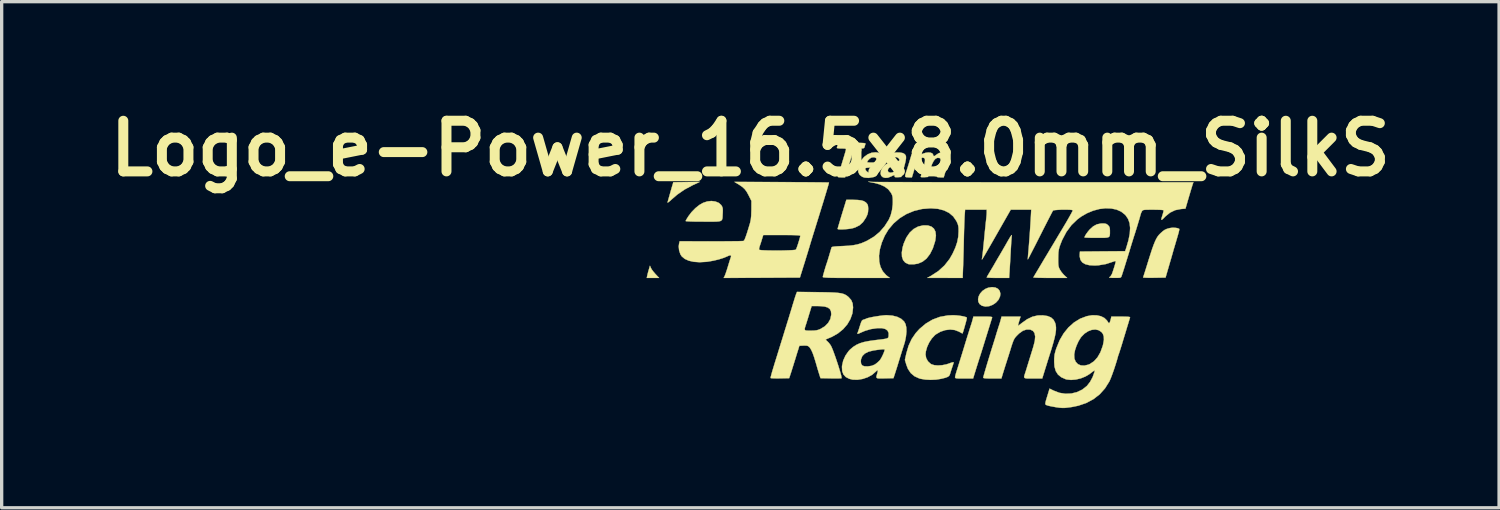
<source format=kicad_pcb>
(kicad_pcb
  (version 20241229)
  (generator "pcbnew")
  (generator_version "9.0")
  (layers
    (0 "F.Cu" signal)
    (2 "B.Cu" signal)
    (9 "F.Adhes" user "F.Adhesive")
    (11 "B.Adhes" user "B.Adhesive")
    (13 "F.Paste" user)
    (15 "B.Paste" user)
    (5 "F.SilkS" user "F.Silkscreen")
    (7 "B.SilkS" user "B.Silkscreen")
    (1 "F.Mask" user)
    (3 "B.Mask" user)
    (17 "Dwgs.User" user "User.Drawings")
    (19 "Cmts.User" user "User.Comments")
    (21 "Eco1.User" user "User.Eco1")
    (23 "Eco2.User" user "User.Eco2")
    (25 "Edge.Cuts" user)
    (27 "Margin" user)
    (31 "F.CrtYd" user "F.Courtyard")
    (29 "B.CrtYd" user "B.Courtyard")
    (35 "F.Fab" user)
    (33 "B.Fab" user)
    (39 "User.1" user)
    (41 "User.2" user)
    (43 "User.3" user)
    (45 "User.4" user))
  (footprint "Logo_e-Power_16.5x8.0mm_SilkS"
    (layer "F.Cu")
    (at 24.609 5.228)
    (property "Reference" "Logo_e-Power_16.5x8.0mm_SilkS" (at -5.08 -3.81 0) (layer "F.SilkS") (effects (font (size 1.524 1.524) (thickness 0.3))))
    (attr exclude_from_pos_files exclude_from_bom)
    (fp_poly (pts (xy -8.073 -0.215) (xy -8.045 -0.166) (xy -7.996 -0.101) (xy -7.938 -0.034) (xy -7.935 -0.031) (xy -7.826 0.085) (xy -8.197 0.085) (xy -8.184 0.02) (xy -8.171 -0.036) (xy -8.151 -0.113) (xy -8.136 -0.163) (xy -8.102 -0.282) (xy -8.073 -0.215)) (stroke (width 0.01) (type solid)) (fill yes) (layer "F.SilkS"))
    (fp_poly (pts (xy -6.817 -2.705) (xy -7.062 -2.574) (xy -7.281 -2.422) (xy -7.449 -2.277) (xy -7.514 -2.218) (xy -7.556 -2.187) (xy -7.573 -2.184) (xy -7.572 -2.191) (xy -7.561 -2.229) (xy -7.542 -2.297) (xy -7.518 -2.382) (xy -7.506 -2.424) (xy -7.479 -2.52) (xy -7.452 -2.613) (xy -7.431 -2.686) (xy -7.425 -2.704) (xy -7.398 -2.795) (xy -7.001 -2.8) (xy -6.603 -2.805) (xy -6.817 -2.705)) (stroke (width 0.01) (type solid)) (fill yes) (layer "F.SilkS"))
    (fp_poly (pts (xy 2.293 0.374) (xy 2.371 0.413) (xy 2.422 0.476) (xy 2.443 0.559) (xy 2.432 0.643) (xy 2.385 0.744) (xy 2.308 0.829) (xy 2.212 0.894) (xy 2.104 0.935) (xy 1.994 0.946) (xy 1.892 0.923) (xy 1.888 0.922) (xy 1.818 0.871) (xy 1.78 0.803) (xy 1.772 0.722) (xy 1.791 0.637) (xy 1.835 0.553) (xy 1.902 0.477) (xy 1.99 0.416) (xy 2.076 0.38) (xy 2.193 0.362) (xy 2.293 0.374)) (stroke (width 0.01) (type solid)) (fill yes) (layer "F.SilkS"))
    (fp_poly (pts (xy 0.261 -1.494) (xy 0.367 -1.46) (xy 0.443 -1.398) (xy 0.489 -1.307) (xy 0.503 -1.19) (xy 0.485 -1.046) (xy 0.478 -1.015) (xy 0.411 -0.806) (xy 0.325 -0.635) (xy 0.222 -0.5) (xy 0.101 -0.404) (xy -0.037 -0.345) (xy -0.158 -0.326) (xy -0.234 -0.325) (xy -0.298 -0.327) (xy -0.328 -0.332) (xy -0.42 -0.377) (xy -0.484 -0.452) (xy -0.518 -0.554) (xy -0.523 -0.683) (xy -0.499 -0.834) (xy -0.463 -0.956) (xy -0.385 -1.133) (xy -0.286 -1.277) (xy -0.168 -1.387) (xy -0.032 -1.461) (xy 0.118 -1.496) (xy 0.125 -1.496) (xy 0.261 -1.494)) (stroke (width 0.01) (type solid)) (fill yes) (layer "F.SilkS"))
    (fp_poly (pts (xy 5.584 -1.552) (xy 5.633 -1.539) (xy 5.672 -1.512) (xy 5.685 -1.5) (xy 5.718 -1.46) (xy 5.734 -1.416) (xy 5.739 -1.352) (xy 5.739 -1.323) (xy 5.739 -1.253) (xy 5.735 -1.201) (xy 5.724 -1.165) (xy 5.698 -1.142) (xy 5.652 -1.129) (xy 5.581 -1.123) (xy 5.478 -1.122) (xy 5.343 -1.122) (xy 5.223 -1.122) (xy 5.12 -1.124) (xy 5.04 -1.127) (xy 4.989 -1.13) (xy 4.974 -1.133) (xy 4.987 -1.173) (xy 5.022 -1.232) (xy 5.071 -1.3) (xy 5.126 -1.367) (xy 5.128 -1.369) (xy 5.236 -1.467) (xy 5.346 -1.527) (xy 5.466 -1.552) (xy 5.508 -1.554) (xy 5.584 -1.552)) (stroke (width 0.01) (type solid)) (fill yes) (layer "F.SilkS"))
    (fp_poly (pts (xy -1.99 -2.265) (xy -1.852 -2.261) (xy -1.748 -2.249) (xy -1.67 -2.227) (xy -1.612 -2.192) (xy -1.586 -2.168) (xy -1.556 -2.129) (xy -1.541 -2.083) (xy -1.535 -2.016) (xy -1.535 -1.983) (xy -1.54 -1.898) (xy -1.557 -1.827) (xy -1.593 -1.747) (xy -1.608 -1.719) (xy -1.693 -1.592) (xy -1.795 -1.499) (xy -1.924 -1.435) (xy -1.986 -1.415) (xy -2.055 -1.4) (xy -2.139 -1.388) (xy -2.23 -1.38) (xy -2.316 -1.375) (xy -2.389 -1.375) (xy -2.439 -1.38) (xy -2.455 -1.39) (xy -2.449 -1.413) (xy -2.433 -1.471) (xy -2.407 -1.557) (xy -2.375 -1.665) (xy -2.338 -1.789) (xy -2.324 -1.834) (xy -2.192 -2.265) (xy -1.99 -2.265)) (stroke (width 0.01) (type solid)) (fill yes) (layer "F.SilkS"))
    (fp_poly (pts (xy -6.135 -2.215) (xy -6.034 -2.175) (xy -5.959 -2.109) (xy -5.947 -2.091) (xy -5.924 -2.049) (xy -5.912 -2.004) (xy -5.909 -1.943) (xy -5.912 -1.854) (xy -5.913 -1.852) (xy -5.916 -1.779) (xy -5.919 -1.722) (xy -5.928 -1.679) (xy -5.946 -1.649) (xy -5.979 -1.628) (xy -6.031 -1.616) (xy -6.107 -1.61) (xy -6.212 -1.608) (xy -6.351 -1.608) (xy -6.49 -1.609) (xy -6.636 -1.609) (xy -6.766 -1.611) (xy -6.877 -1.614) (xy -6.96 -1.618) (xy -7.012 -1.622) (xy -7.027 -1.627) (xy -7.017 -1.652) (xy -6.988 -1.702) (xy -6.948 -1.766) (xy -6.946 -1.769) (xy -6.85 -1.896) (xy -6.735 -2.014) (xy -6.614 -2.111) (xy -6.504 -2.174) (xy -6.378 -2.216) (xy -6.252 -2.23) (xy -6.135 -2.215)) (stroke (width 0.01) (type solid)) (fill yes) (layer "F.SilkS"))
    (fp_poly (pts (xy 2.787 -1.197) (xy 2.787 -1.196) (xy 2.783 -1.156) (xy 2.777 -1.081) (xy 2.769 -0.979) (xy 2.762 -0.857) (xy 2.754 -0.723) (xy 2.753 -0.699) (xy 2.745 -0.553) (xy 2.737 -0.41) (xy 2.729 -0.279) (xy 2.722 -0.169) (xy 2.718 -0.091) (xy 2.717 -0.09) (xy 2.706 0.085) (xy 2.369 0.085) (xy 2.255 0.084) (xy 2.157 0.082) (xy 2.083 0.078) (xy 2.04 0.074) (xy 2.032 0.071) (xy 2.042 0.047) (xy 2.069 -0.001) (xy 2.099 -0.051) (xy 2.251 -0.308) (xy 2.274 -0.349) (xy 2.294 -0.384) (xy 2.33 -0.446) (xy 2.377 -0.526) (xy 2.417 -0.593) (xy 2.478 -0.698) (xy 2.55 -0.822) (xy 2.622 -0.947) (xy 2.667 -1.027) (xy 2.721 -1.119) (xy 2.76 -1.179) (xy 2.782 -1.206) (xy 2.787 -1.197)) (stroke (width 0.01) (type solid)) (fill yes) (layer "F.SilkS"))
    (fp_poly (pts (xy 7.695 -1.424) (xy 7.768 -1.414) (xy 7.818 -1.395) (xy 7.825 -1.39) (xy 7.827 -1.376) (xy 7.821 -1.343) (xy 7.808 -1.286) (xy 7.784 -1.201) (xy 7.75 -1.084) (xy 7.705 -0.931) (xy 7.678 -0.84) (xy 7.65 -0.746) (xy 7.634 -0.688) (xy 7.62 -0.638) (xy 7.602 -0.576) (xy 7.579 -0.496) (xy 7.549 -0.394) (xy 7.511 -0.263) (xy 7.463 -0.098) (xy 7.45 -0.053) (xy 7.413 0.074) (xy 7.071 0.08) (xy 6.956 0.081) (xy 6.86 0.08) (xy 6.787 0.077) (xy 6.745 0.073) (xy 6.737 0.069) (xy 6.746 0.045) (xy 6.765 -0.013) (xy 6.793 -0.101) (xy 6.828 -0.212) (xy 6.868 -0.341) (xy 6.9 -0.445) (xy 6.961 -0.637) (xy 7.012 -0.794) (xy 7.058 -0.92) (xy 7.099 -1.02) (xy 7.138 -1.1) (xy 7.177 -1.164) (xy 7.219 -1.216) (xy 7.266 -1.263) (xy 7.336 -1.325) (xy 7.393 -1.364) (xy 7.453 -1.391) (xy 7.532 -1.413) (xy 7.54 -1.415) (xy 7.614 -1.425) (xy 7.695 -1.424)) (stroke (width 0.01) (type solid)) (fill yes) (layer "F.SilkS"))
    (fp_poly (pts (xy -1.875 -3.979) (xy -1.769 -3.978) (xy -1.696 -3.975) (xy -1.649 -3.971) (xy -1.624 -3.964) (xy -1.616 -3.955) (xy -1.617 -3.946) (xy -1.633 -3.898) (xy -1.643 -3.861) (xy -1.653 -3.834) (xy -1.672 -3.819) (xy -1.711 -3.812) (xy -1.78 -3.81) (xy -1.803 -3.81) (xy -1.852 -3.811) (xy -1.891 -3.81) (xy -1.921 -3.803) (xy -1.947 -3.784) (xy -1.97 -3.751) (xy -1.994 -3.697) (xy -2.022 -3.619) (xy -2.055 -3.511) (xy -2.098 -3.37) (xy -2.117 -3.307) (xy -2.229 -2.942) (xy -2.345 -2.942) (xy -2.41 -2.944) (xy -2.442 -2.951) (xy -2.449 -2.966) (xy -2.445 -2.979) (xy -2.433 -3.016) (xy -2.411 -3.084) (xy -2.382 -3.176) (xy -2.349 -3.283) (xy -2.315 -3.396) (xy -2.281 -3.507) (xy -2.251 -3.608) (xy -2.226 -3.691) (xy -2.211 -3.746) (xy -2.206 -3.762) (xy -2.204 -3.788) (xy -2.215 -3.802) (xy -2.248 -3.808) (xy -2.313 -3.81) (xy -2.336 -3.81) (xy -2.407 -3.812) (xy -2.458 -3.819) (xy -2.477 -3.828) (xy -2.47 -3.859) (xy -2.454 -3.909) (xy -2.453 -3.913) (xy -2.43 -3.979) (xy -2.017 -3.979) (xy -1.875 -3.979)) (stroke (width 0.01) (type solid)) (fill yes) (layer "F.SilkS"))
    (fp_poly (pts (xy 2.033 1.249) (xy 2.112 1.251) (xy 2.161 1.255) (xy 2.186 1.262) (xy 2.195 1.273) (xy 2.193 1.286) (xy 2.162 1.383) (xy 2.123 1.509) (xy 2.078 1.653) (xy 2.032 1.802) (xy 1.987 1.946) (xy 1.948 2.073) (xy 1.944 2.085) (xy 1.91 2.195) (xy 1.878 2.298) (xy 1.851 2.383) (xy 1.833 2.44) (xy 1.831 2.445) (xy 1.814 2.496) (xy 1.788 2.578) (xy 1.756 2.679) (xy 1.721 2.791) (xy 1.712 2.82) (xy 1.622 3.111) (xy 1.351 3.111) (xy 1.239 3.111) (xy 1.163 3.109) (xy 1.116 3.105) (xy 1.091 3.097) (xy 1.081 3.084) (xy 1.079 3.072) (xy 1.086 3.033) (xy 1.103 2.967) (xy 1.127 2.888) (xy 1.131 2.876) (xy 1.151 2.813) (xy 1.181 2.718) (xy 1.219 2.596) (xy 1.263 2.455) (xy 1.31 2.303) (xy 1.354 2.159) (xy 1.4 2.008) (xy 1.444 1.865) (xy 1.484 1.739) (xy 1.516 1.634) (xy 1.541 1.557) (xy 1.555 1.514) (xy 1.555 1.513) (xy 1.581 1.434) (xy 1.605 1.35) (xy 1.608 1.339) (xy 1.631 1.249) (xy 1.918 1.249) (xy 2.033 1.249)) (stroke (width 0.01) (type solid)) (fill yes) (layer "F.SilkS"))
    (fp_poly (pts (xy -1.226 -3.683) (xy -1.147 -3.648) (xy -1.1 -3.592) (xy -1.083 -3.511) (xy -1.085 -3.441) (xy -1.095 -3.357) (xy -1.11 -3.301) (xy -1.137 -3.266) (xy -1.183 -3.247) (xy -1.256 -3.24) (xy -1.363 -3.239) (xy -1.375 -3.239) (xy -1.471 -3.237) (xy -1.549 -3.232) (xy -1.602 -3.225) (xy -1.619 -3.218) (xy -1.62 -3.18) (xy -1.594 -3.136) (xy -1.551 -3.099) (xy -1.531 -3.089) (xy -1.462 -3.079) (xy -1.368 -3.088) (xy -1.305 -3.098) (xy -1.263 -3.102) (xy -1.252 -3.1) (xy -1.252 -3.077) (xy -1.264 -3.033) (xy -1.288 -2.991) (xy -1.332 -2.964) (xy -1.377 -2.949) (xy -1.521 -2.925) (xy -1.644 -2.934) (xy -1.714 -2.958) (xy -1.791 -3.017) (xy -1.833 -3.099) (xy -1.838 -3.202) (xy -1.809 -3.324) (xy -1.773 -3.398) (xy -1.566 -3.398) (xy -1.547 -3.392) (xy -1.497 -3.388) (xy -1.431 -3.387) (xy -1.352 -3.389) (xy -1.307 -3.398) (xy -1.285 -3.416) (xy -1.282 -3.421) (xy -1.276 -3.481) (xy -1.303 -3.525) (xy -1.354 -3.547) (xy -1.421 -3.541) (xy -1.44 -3.535) (xy -1.488 -3.504) (xy -1.533 -3.46) (xy -1.562 -3.416) (xy -1.566 -3.398) (xy -1.773 -3.398) (xy -1.746 -3.451) (xy -1.658 -3.555) (xy -1.551 -3.634) (xy -1.432 -3.682) (xy -1.309 -3.695) (xy -1.226 -3.683)) (stroke (width 0.01) (type solid)) (fill yes) (layer "F.SilkS"))
    (fp_poly (pts (xy -0.572 -3.687) (xy -0.494 -3.672) (xy -0.462 -3.658) (xy -0.43 -3.633) (xy -0.408 -3.604) (xy -0.397 -3.566) (xy -0.397 -3.513) (xy -0.408 -3.44) (xy -0.431 -3.341) (xy -0.466 -3.211) (xy -0.5 -3.09) (xy -0.54 -2.953) (xy -0.641 -2.946) (xy -0.702 -2.945) (xy -0.732 -2.952) (xy -0.741 -2.973) (xy -0.741 -2.98) (xy -0.743 -3.003) (xy -0.757 -3.008) (xy -0.792 -2.995) (xy -0.84 -2.971) (xy -0.941 -2.931) (xy -1.028 -2.926) (xy -1.095 -2.947) (xy -1.143 -2.99) (xy -1.162 -3.053) (xy -1.154 -3.126) (xy -1.144 -3.152) (xy -0.946 -3.152) (xy -0.931 -3.108) (xy -0.92 -3.098) (xy -0.867 -3.081) (xy -0.801 -3.09) (xy -0.745 -3.118) (xy -0.714 -3.155) (xy -0.682 -3.208) (xy -0.66 -3.259) (xy -0.656 -3.28) (xy -0.674 -3.292) (xy -0.719 -3.292) (xy -0.778 -3.283) (xy -0.837 -3.267) (xy -0.882 -3.247) (xy -0.929 -3.203) (xy -0.946 -3.152) (xy -1.144 -3.152) (xy -1.123 -3.203) (xy -1.071 -3.275) (xy -1.001 -3.333) (xy -0.957 -3.356) (xy -0.895 -3.376) (xy -0.811 -3.393) (xy -0.743 -3.403) (xy -0.653 -3.419) (xy -0.603 -3.443) (xy -0.594 -3.476) (xy -0.623 -3.519) (xy -0.625 -3.522) (xy -0.684 -3.551) (xy -0.771 -3.55) (xy -0.868 -3.524) (xy -0.923 -3.506) (xy -0.958 -3.497) (xy -0.963 -3.498) (xy -0.961 -3.519) (xy -0.95 -3.565) (xy -0.949 -3.57) (xy -0.924 -3.623) (xy -0.875 -3.655) (xy -0.855 -3.663) (xy -0.766 -3.683) (xy -0.667 -3.691) (xy -0.572 -3.687)) (stroke (width 0.01) (type solid)) (fill yes) (layer "F.SilkS"))
    (fp_poly (pts (xy 1.113 1.211) (xy 1.213 1.222) (xy 1.307 1.237) (xy 1.382 1.255) (xy 1.429 1.275) (xy 1.434 1.279) (xy 1.432 1.301) (xy 1.421 1.354) (xy 1.402 1.427) (xy 1.379 1.51) (xy 1.355 1.595) (xy 1.333 1.67) (xy 1.314 1.727) (xy 1.303 1.755) (xy 1.301 1.757) (xy 1.282 1.747) (xy 1.237 1.723) (xy 1.193 1.699) (xy 1.069 1.652) (xy 0.93 1.638) (xy 0.784 1.655) (xy 0.64 1.703) (xy 0.507 1.78) (xy 0.47 1.809) (xy 0.38 1.906) (xy 0.3 2.028) (xy 0.238 2.163) (xy 0.2 2.297) (xy 0.191 2.389) (xy 0.21 2.498) (xy 0.265 2.596) (xy 0.347 2.671) (xy 0.366 2.682) (xy 0.453 2.71) (xy 0.565 2.719) (xy 0.691 2.711) (xy 0.819 2.686) (xy 0.894 2.661) (xy 0.963 2.636) (xy 1.014 2.623) (xy 1.037 2.624) (xy 1.037 2.625) (xy 1.031 2.654) (xy 1.014 2.709) (xy 0.998 2.756) (xy 0.97 2.839) (xy 0.944 2.922) (xy 0.934 2.956) (xy 0.918 3.003) (xy 0.893 3.038) (xy 0.853 3.064) (xy 0.79 3.088) (xy 0.695 3.112) (xy 0.656 3.121) (xy 0.508 3.145) (xy 0.346 3.152) (xy 0.186 3.144) (xy 0.044 3.12) (xy 0.003 3.109) (xy -0.14 3.044) (xy -0.253 2.949) (xy -0.338 2.823) (xy -0.383 2.707) (xy -0.43 2.553) (xy -0.385 2.35) (xy -0.319 2.124) (xy -0.227 1.925) (xy -0.105 1.746) (xy 0.01 1.619) (xy 0.198 1.46) (xy 0.402 1.339) (xy 0.622 1.257) (xy 0.86 1.214) (xy 1.016 1.207) (xy 1.113 1.211)) (stroke (width 0.01) (type solid)) (fill yes) (layer "F.SilkS"))
    (fp_poly (pts (xy 0.758 -3.693) (xy 0.831 -3.669) (xy 0.881 -3.62) (xy 0.886 -3.612) (xy 0.897 -3.582) (xy 0.902 -3.549) (xy 0.899 -3.506) (xy 0.888 -3.447) (xy 0.866 -3.365) (xy 0.834 -3.254) (xy 0.801 -3.149) (xy 0.738 -2.942) (xy 0.633 -2.942) (xy 0.574 -2.945) (xy 0.536 -2.953) (xy 0.529 -2.959) (xy 0.535 -2.985) (xy 0.551 -3.042) (xy 0.575 -3.121) (xy 0.592 -3.176) (xy 0.63 -3.303) (xy 0.65 -3.397) (xy 0.654 -3.461) (xy 0.642 -3.502) (xy 0.613 -3.523) (xy 0.603 -3.526) (xy 0.543 -3.528) (xy 0.489 -3.5) (xy 0.438 -3.44) (xy 0.389 -3.345) (xy 0.34 -3.211) (xy 0.313 -3.122) (xy 0.263 -2.953) (xy 0.15 -2.946) (xy 0.083 -2.945) (xy 0.051 -2.952) (xy 0.047 -2.967) (xy 0.057 -2.998) (xy 0.076 -3.06) (xy 0.101 -3.143) (xy 0.125 -3.223) (xy 0.158 -3.344) (xy 0.173 -3.431) (xy 0.172 -3.488) (xy 0.152 -3.521) (xy 0.114 -3.534) (xy 0.097 -3.535) (xy 0.043 -3.526) (xy -0.004 -3.496) (xy -0.046 -3.441) (xy -0.086 -3.355) (xy -0.129 -3.233) (xy -0.142 -3.195) (xy -0.22 -2.942) (xy -0.321 -2.942) (xy -0.384 -2.945) (xy -0.415 -2.956) (xy -0.423 -2.978) (xy -0.423 -2.98) (xy -0.417 -3.02) (xy -0.399 -3.083) (xy -0.381 -3.137) (xy -0.355 -3.217) (xy -0.323 -3.317) (xy -0.292 -3.419) (xy -0.288 -3.433) (xy -0.257 -3.537) (xy -0.235 -3.607) (xy -0.215 -3.651) (xy -0.193 -3.673) (xy -0.165 -3.682) (xy -0.125 -3.683) (xy -0.101 -3.683) (xy -0.039 -3.682) (xy -0.01 -3.674) (xy -0.004 -3.655) (xy -0.01 -3.627) (xy -0.017 -3.588) (xy -0.007 -3.584) (xy 0.025 -3.606) (xy 0.106 -3.652) (xy 0.193 -3.68) (xy 0.276 -3.69) (xy 0.348 -3.683) (xy 0.4 -3.658) (xy 0.423 -3.615) (xy 0.423 -3.606) (xy 0.436 -3.58) (xy 0.469 -3.586) (xy 0.513 -3.62) (xy 0.588 -3.669) (xy 0.673 -3.693) (xy 0.758 -3.693)) (stroke (width 0.01) (type solid)) (fill yes) (layer "F.SilkS"))
    (fp_poly (pts (xy 3.863 1.232) (xy 3.967 1.275) (xy 4.042 1.343) (xy 4.091 1.438) (xy 4.107 1.496) (xy 4.116 1.569) (xy 4.115 1.654) (xy 4.102 1.756) (xy 4.076 1.88) (xy 4.036 2.032) (xy 3.982 2.215) (xy 3.96 2.286) (xy 3.916 2.424) (xy 3.87 2.57) (xy 3.827 2.71) (xy 3.789 2.83) (xy 3.776 2.873) (xy 3.702 3.111) (xy 3.428 3.111) (xy 3.311 3.111) (xy 3.232 3.109) (xy 3.183 3.1) (xy 3.161 3.082) (xy 3.158 3.051) (xy 3.17 3.005) (xy 3.184 2.962) (xy 3.2 2.914) (xy 3.222 2.844) (xy 3.251 2.749) (xy 3.289 2.626) (xy 3.337 2.471) (xy 3.396 2.281) (xy 3.438 2.142) (xy 3.479 1.98) (xy 3.49 1.85) (xy 3.473 1.75) (xy 3.426 1.681) (xy 3.352 1.643) (xy 3.336 1.639) (xy 3.228 1.638) (xy 3.121 1.674) (xy 3.013 1.75) (xy 2.965 1.796) (xy 2.92 1.842) (xy 2.886 1.882) (xy 2.859 1.924) (xy 2.834 1.976) (xy 2.808 2.046) (xy 2.776 2.141) (xy 2.745 2.244) (xy 2.708 2.362) (xy 2.673 2.473) (xy 2.643 2.566) (xy 2.622 2.634) (xy 2.614 2.656) (xy 2.595 2.716) (xy 2.568 2.801) (xy 2.539 2.896) (xy 2.529 2.926) (xy 2.473 3.111) (xy 2.199 3.111) (xy 2.077 3.11) (xy 1.993 3.106) (xy 1.944 3.099) (xy 1.926 3.088) (xy 1.926 3.086) (xy 1.932 3.06) (xy 1.948 3.001) (xy 1.973 2.913) (xy 2.005 2.805) (xy 2.041 2.683) (xy 2.08 2.554) (xy 2.12 2.423) (xy 2.158 2.298) (xy 2.193 2.185) (xy 2.222 2.095) (xy 2.245 2.02) (xy 2.276 1.922) (xy 2.307 1.819) (xy 2.316 1.789) (xy 2.345 1.693) (xy 2.374 1.602) (xy 2.396 1.532) (xy 2.403 1.513) (xy 2.428 1.434) (xy 2.452 1.35) (xy 2.455 1.339) (xy 2.478 1.249) (xy 3.051 1.249) (xy 3.035 1.296) (xy 3 1.41) (xy 2.98 1.484) (xy 2.974 1.52) (xy 2.976 1.524) (xy 2.997 1.512) (xy 3.041 1.479) (xy 3.087 1.443) (xy 3.248 1.328) (xy 3.407 1.252) (xy 3.568 1.214) (xy 3.724 1.211) (xy 3.863 1.232)) (stroke (width 0.01) (type solid)) (fill yes) (layer "F.SilkS"))
    (fp_poly (pts (xy -0.807 1.219) (xy -0.66 1.256) (xy -0.541 1.316) (xy -0.454 1.396) (xy -0.411 1.474) (xy -0.388 1.574) (xy -0.384 1.701) (xy -0.398 1.846) (xy -0.428 1.997) (xy -0.454 2.085) (xy -0.487 2.188) (xy -0.516 2.279) (xy -0.545 2.372) (xy -0.578 2.479) (xy -0.619 2.612) (xy -0.626 2.635) (xy -0.658 2.74) (xy -0.693 2.85) (xy -0.723 2.944) (xy -0.729 2.963) (xy -0.774 3.101) (xy -1.033 3.107) (xy -1.146 3.109) (xy -1.222 3.108) (xy -1.267 3.1) (xy -1.286 3.08) (xy -1.286 3.045) (xy -1.272 2.992) (xy -1.261 2.956) (xy -1.245 2.89) (xy -1.248 2.862) (xy -1.271 2.87) (xy -1.304 2.902) (xy -1.413 2.997) (xy -1.548 3.072) (xy -1.697 3.123) (xy -1.851 3.149) (xy -1.998 3.146) (xy -2.105 3.12) (xy -2.209 3.066) (xy -2.279 2.99) (xy -2.317 2.89) (xy -2.324 2.762) (xy -2.321 2.725) (xy -2.292 2.597) (xy -1.757 2.597) (xy -1.747 2.671) (xy -1.714 2.719) (xy -1.653 2.743) (xy -1.559 2.747) (xy -1.533 2.745) (xy -1.427 2.729) (xy -1.341 2.693) (xy -1.317 2.678) (xy -1.251 2.627) (xy -1.191 2.569) (xy -1.176 2.55) (xy -1.143 2.498) (xy -1.106 2.427) (xy -1.072 2.352) (xy -1.047 2.286) (xy -1.037 2.243) (xy -1.037 2.243) (xy -1.051 2.234) (xy -1.095 2.232) (xy -1.173 2.239) (xy -1.286 2.254) (xy -1.374 2.267) (xy -1.524 2.304) (xy -1.636 2.36) (xy -1.712 2.437) (xy -1.751 2.534) (xy -1.757 2.597) (xy -2.292 2.597) (xy -2.286 2.571) (xy -2.217 2.419) (xy -2.123 2.286) (xy -2.078 2.238) (xy -1.987 2.161) (xy -1.892 2.1) (xy -1.787 2.052) (xy -1.664 2.014) (xy -1.514 1.984) (xy -1.33 1.958) (xy -1.323 1.957) (xy -1.186 1.941) (xy -1.086 1.928) (xy -1.016 1.917) (xy -0.971 1.905) (xy -0.944 1.892) (xy -0.93 1.875) (xy -0.923 1.852) (xy -0.92 1.834) (xy -0.919 1.741) (xy -0.953 1.669) (xy -1.021 1.621) (xy -1.122 1.596) (xy -1.254 1.596) (xy -1.259 1.596) (xy -1.455 1.625) (xy -1.629 1.676) (xy -1.735 1.721) (xy -1.797 1.749) (xy -1.841 1.766) (xy -1.857 1.769) (xy -1.856 1.747) (xy -1.844 1.712) (xy -1.828 1.667) (xy -1.805 1.596) (xy -1.779 1.514) (xy -1.777 1.508) (xy -1.75 1.427) (xy -1.728 1.378) (xy -1.704 1.352) (xy -1.675 1.341) (xy -1.625 1.325) (xy -1.598 1.312) (xy -1.562 1.298) (xy -1.493 1.28) (xy -1.402 1.261) (xy -1.298 1.243) (xy -1.192 1.227) (xy -1.093 1.214) (xy -1.01 1.207) (xy -0.979 1.206) (xy -0.807 1.219)) (stroke (width 0.01) (type solid)) (fill yes) (layer "F.SilkS"))
    (fp_poly (pts (xy -4.141 -2.799) (xy -3.9 -2.798) (xy -3.672 -2.796) (xy -3.46 -2.795) (xy -3.267 -2.794) (xy -3.098 -2.792) (xy -2.955 -2.791) (xy -2.842 -2.789) (xy -2.763 -2.788) (xy -2.721 -2.786) (xy -2.715 -2.786) (xy -2.719 -2.764) (xy -2.735 -2.707) (xy -2.761 -2.619) (xy -2.795 -2.503) (xy -2.837 -2.365) (xy -2.884 -2.209) (xy -2.937 -2.039) (xy -2.943 -2.019) (xy -2.998 -1.841) (xy -3.051 -1.67) (xy -3.1 -1.513) (xy -3.143 -1.373) (xy -3.179 -1.258) (xy -3.206 -1.172) (xy -3.221 -1.122) (xy -3.251 -1.025) (xy -3.283 -0.92) (xy -3.301 -0.857) (xy -3.324 -0.782) (xy -3.357 -0.674) (xy -3.398 -0.541) (xy -3.444 -0.391) (xy -3.494 -0.233) (xy -3.543 -0.073) (xy -3.55 -0.053) (xy -3.589 0.074) (xy -4.736 0.08) (xy -5.883 0.085) (xy -5.853 0.027) (xy -5.835 -0.018) (xy -5.809 -0.091) (xy -5.779 -0.183) (xy -5.757 -0.254) (xy -5.728 -0.35) (xy -5.702 -0.435) (xy -5.681 -0.499) (xy -5.671 -0.525) (xy -5.659 -0.576) (xy -5.676 -0.597) (xy -5.723 -0.588) (xy -5.753 -0.574) (xy -5.875 -0.522) (xy -6.026 -0.474) (xy -6.192 -0.434) (xy -6.361 -0.405) (xy -6.41 -0.399) (xy -6.608 -0.388) (xy -6.783 -0.4) (xy -6.934 -0.434) (xy -7.055 -0.489) (xy -7.145 -0.564) (xy -7.186 -0.627) (xy -7.224 -0.742) (xy -7.227 -0.773) (xy -4.819 -0.773) (xy -4.816 -0.764) (xy -4.791 -0.756) (xy -4.73 -0.749) (xy -4.641 -0.745) (xy -4.531 -0.741) (xy -4.406 -0.74) (xy -4.274 -0.739) (xy -4.141 -0.74) (xy -4.014 -0.743) (xy -3.901 -0.747) (xy -3.808 -0.752) (xy -3.742 -0.758) (xy -3.711 -0.766) (xy -3.71 -0.767) (xy -3.695 -0.798) (xy -3.673 -0.858) (xy -3.647 -0.935) (xy -3.621 -1.018) (xy -3.598 -1.095) (xy -3.582 -1.155) (xy -3.577 -1.183) (xy -3.593 -1.191) (xy -3.641 -1.197) (xy -3.725 -1.202) (xy -3.845 -1.205) (xy -4.004 -1.206) (xy -4.135 -1.206) (xy -4.693 -1.206) (xy -4.73 -1.085) (xy -4.756 -1) (xy -4.784 -0.915) (xy -4.798 -0.875) (xy -4.815 -0.816) (xy -4.819 -0.773) (xy -7.227 -0.773) (xy -7.236 -0.862) (xy -7.225 -0.948) (xy -7.207 -1.018) (xy -6.263 -1.016) (xy -6.066 -1.016) (xy -5.881 -1.017) (xy -5.714 -1.018) (xy -5.568 -1.02) (xy -5.447 -1.021) (xy -5.357 -1.024) (xy -5.301 -1.026) (xy -5.285 -1.028) (xy -5.268 -1.045) (xy -5.246 -1.086) (xy -5.22 -1.154) (xy -5.186 -1.253) (xy -5.144 -1.386) (xy -5.093 -1.556) (xy -5.087 -1.577) (xy -5.067 -1.669) (xy -5.055 -1.784) (xy -5.05 -1.931) (xy -5.049 -1.968) (xy -5.048 -2.233) (xy -5.129 -2.394) (xy -5.188 -2.503) (xy -5.246 -2.583) (xy -5.316 -2.649) (xy -5.408 -2.713) (xy -5.442 -2.734) (xy -5.56 -2.805) (xy -4.141 -2.799)) (stroke (width 0.01) (type solid)) (fill yes) (layer "F.SilkS"))
    (fp_poly (pts (xy 5.341 1.21) (xy 5.469 1.238) (xy 5.574 1.291) (xy 5.651 1.367) (xy 5.66 1.381) (xy 5.692 1.431) (xy 5.711 1.447) (xy 5.726 1.436) (xy 5.732 1.426) (xy 5.751 1.377) (xy 5.767 1.318) (xy 5.782 1.249) (xy 6.068 1.249) (xy 6.188 1.25) (xy 6.271 1.253) (xy 6.321 1.258) (xy 6.343 1.267) (xy 6.345 1.275) (xy 6.336 1.302) (xy 6.317 1.364) (xy 6.29 1.454) (xy 6.255 1.568) (xy 6.216 1.699) (xy 6.182 1.81) (xy 6.139 1.951) (xy 6.1 2.081) (xy 6.065 2.193) (xy 6.037 2.281) (xy 6.018 2.34) (xy 6.011 2.36) (xy 5.991 2.415) (xy 5.979 2.455) (xy 5.947 2.571) (xy 5.906 2.702) (xy 5.862 2.837) (xy 5.816 2.967) (xy 5.773 3.081) (xy 5.736 3.169) (xy 5.722 3.199) (xy 5.591 3.408) (xy 5.432 3.586) (xy 5.244 3.732) (xy 5.03 3.847) (xy 4.789 3.929) (xy 4.595 3.969) (xy 4.475 3.985) (xy 4.383 3.995) (xy 4.303 3.996) (xy 4.221 3.99) (xy 4.123 3.976) (xy 4.073 3.967) (xy 3.984 3.951) (xy 3.905 3.934) (xy 3.85 3.919) (xy 3.843 3.916) (xy 3.818 3.906) (xy 3.802 3.893) (xy 3.795 3.871) (xy 3.8 3.834) (xy 3.814 3.774) (xy 3.841 3.685) (xy 3.868 3.597) (xy 3.923 3.415) (xy 4.046 3.476) (xy 4.219 3.542) (xy 4.399 3.57) (xy 4.578 3.563) (xy 4.749 3.521) (xy 4.906 3.446) (xy 5.043 3.338) (xy 5.049 3.332) (xy 5.142 3.213) (xy 5.219 3.069) (xy 5.267 2.935) (xy 5.278 2.896) (xy 5.282 2.874) (xy 5.273 2.871) (xy 5.245 2.887) (xy 5.194 2.925) (xy 5.123 2.979) (xy 5.002 3.051) (xy 4.862 3.107) (xy 4.713 3.142) (xy 4.569 3.154) (xy 4.44 3.141) (xy 4.41 3.133) (xy 4.277 3.074) (xy 4.177 2.993) (xy 4.109 2.886) (xy 4.071 2.751) (xy 4.062 2.615) (xy 4.063 2.508) (xy 4.07 2.425) (xy 4.076 2.391) (xy 4.664 2.391) (xy 4.67 2.512) (xy 4.709 2.608) (xy 4.774 2.678) (xy 4.863 2.717) (xy 4.97 2.723) (xy 5.09 2.695) (xy 5.134 2.676) (xy 5.259 2.593) (xy 5.366 2.474) (xy 5.454 2.32) (xy 5.522 2.132) (xy 5.535 2.08) (xy 5.558 1.951) (xy 5.555 1.848) (xy 5.526 1.766) (xy 5.484 1.713) (xy 5.401 1.658) (xy 5.302 1.636) (xy 5.194 1.647) (xy 5.083 1.689) (xy 4.977 1.758) (xy 4.881 1.855) (xy 4.86 1.882) (xy 4.793 1.992) (xy 4.734 2.123) (xy 4.689 2.257) (xy 4.665 2.378) (xy 4.664 2.391) (xy 4.076 2.391) (xy 4.084 2.349) (xy 4.108 2.261) (xy 4.131 2.192) (xy 4.226 1.96) (xy 4.347 1.753) (xy 4.492 1.574) (xy 4.658 1.426) (xy 4.84 1.313) (xy 5.038 1.238) (xy 5.044 1.236) (xy 5.197 1.209) (xy 5.341 1.21)) (stroke (width 0.01) (type solid)) (fill yes) (layer "F.SilkS"))
    (fp_poly (pts (xy -3.05 0.513) (xy -2.846 0.516) (xy -2.68 0.52) (xy -2.545 0.526) (xy -2.438 0.535) (xy -2.354 0.547) (xy -2.286 0.564) (xy -2.232 0.586) (xy -2.184 0.614) (xy -2.139 0.649) (xy -2.124 0.662) (xy -2.046 0.75) (xy -2.003 0.851) (xy -1.99 0.975) (xy -2.01 1.152) (xy -2.07 1.322) (xy -2.164 1.483) (xy -2.29 1.628) (xy -2.445 1.754) (xy -2.624 1.856) (xy -2.692 1.885) (xy -2.755 1.911) (xy -2.799 1.931) (xy -2.813 1.938) (xy -2.804 1.955) (xy -2.771 1.986) (xy -2.765 1.991) (xy -2.72 2.037) (xy -2.672 2.1) (xy -2.656 2.125) (xy -2.631 2.177) (xy -2.598 2.256) (xy -2.561 2.356) (xy -2.52 2.47) (xy -2.479 2.591) (xy -2.439 2.712) (xy -2.403 2.829) (xy -2.372 2.932) (xy -2.349 3.017) (xy -2.337 3.076) (xy -2.336 3.102) (xy -2.337 3.103) (xy -2.366 3.106) (xy -2.43 3.108) (xy -2.518 3.108) (xy -2.625 3.108) (xy -2.666 3.107) (xy -2.97 3.101) (xy -3.007 2.985) (xy -3.029 2.915) (xy -3.058 2.819) (xy -3.089 2.711) (xy -3.111 2.635) (xy -3.162 2.468) (xy -3.208 2.339) (xy -3.252 2.244) (xy -3.294 2.178) (xy -3.313 2.158) (xy -3.35 2.132) (xy -3.396 2.121) (xy -3.466 2.12) (xy -3.483 2.121) (xy -3.606 2.127) (xy -3.632 2.212) (xy -3.648 2.264) (xy -3.674 2.345) (xy -3.705 2.447) (xy -3.739 2.558) (xy -3.747 2.582) (xy -3.783 2.698) (xy -3.818 2.81) (xy -3.848 2.907) (xy -3.871 2.976) (xy -3.874 2.985) (xy -3.912 3.101) (xy -4.187 3.107) (xy -4.291 3.108) (xy -4.378 3.106) (xy -4.441 3.103) (xy -4.471 3.097) (xy -4.472 3.096) (xy -4.469 3.072) (xy -4.454 3.014) (xy -4.431 2.928) (xy -4.399 2.821) (xy -4.362 2.699) (xy -4.356 2.678) (xy -4.31 2.531) (xy -4.262 2.376) (xy -4.216 2.226) (xy -4.175 2.094) (xy -4.149 2.011) (xy -4.109 1.882) (xy -4.063 1.732) (xy -4.033 1.635) (xy -3.447 1.635) (xy -3.431 1.659) (xy -3.388 1.67) (xy -3.311 1.672) (xy -3.265 1.672) (xy -3.161 1.669) (xy -3.084 1.66) (xy -3.018 1.641) (xy -2.972 1.621) (xy -2.839 1.541) (xy -2.739 1.439) (xy -2.673 1.321) (xy -2.646 1.19) (xy -2.646 1.167) (xy -2.656 1.083) (xy -2.69 1.02) (xy -2.75 0.975) (xy -2.842 0.947) (xy -2.968 0.934) (xy -3.063 0.931) (xy -3.236 0.931) (xy -3.313 1.18) (xy -3.345 1.287) (xy -3.377 1.388) (xy -3.403 1.472) (xy -3.42 1.522) (xy -3.441 1.592) (xy -3.447 1.635) (xy -4.033 1.635) (xy -4.016 1.581) (xy -3.979 1.46) (xy -3.936 1.323) (xy -3.889 1.168) (xy -3.842 1.015) (xy -3.808 0.9) (xy -3.775 0.793) (xy -3.745 0.695) (xy -3.72 0.618) (xy -3.703 0.57) (xy -3.701 0.565) (xy -3.677 0.506) (xy -3.05 0.513)) (stroke (width 0.01) (type solid)) (fill yes) (layer "F.SilkS"))
    (fp_poly (pts (xy -1.472 -2.807) (xy -1.41 -2.804) (xy -1.373 -2.803) (xy -1.296 -2.802) (xy -1.18 -2.801) (xy -1.028 -2.8) (xy -0.842 -2.799) (xy -0.624 -2.799) (xy -0.374 -2.798) (xy -0.097 -2.797) (xy 0.207 -2.797) (xy 0.536 -2.796) (xy 0.887 -2.796) (xy 1.258 -2.795) (xy 1.649 -2.795) (xy 2.055 -2.794) (xy 2.477 -2.794) (xy 2.911 -2.794) (xy 3.355 -2.794) (xy 3.504 -2.794) (xy 8.251 -2.794) (xy 8.231 -2.736) (xy 8.218 -2.696) (xy 8.196 -2.624) (xy 8.167 -2.528) (xy 8.134 -2.416) (xy 8.111 -2.339) (xy 8.012 -2) (xy 7.871 -1.988) (xy 7.702 -1.954) (xy 7.548 -1.88) (xy 7.408 -1.766) (xy 7.39 -1.747) (xy 7.333 -1.689) (xy 7.299 -1.663) (xy 7.286 -1.67) (xy 7.292 -1.714) (xy 7.317 -1.794) (xy 7.322 -1.811) (xy 7.342 -1.879) (xy 7.353 -1.93) (xy 7.353 -1.952) (xy 7.329 -1.958) (xy 7.271 -1.963) (xy 7.186 -1.966) (xy 7.082 -1.968) (xy 7.037 -1.969) (xy 6.918 -1.968) (xy 6.833 -1.967) (xy 6.777 -1.963) (xy 6.742 -1.956) (xy 6.721 -1.944) (xy 6.706 -1.927) (xy 6.702 -1.921) (xy 6.675 -1.864) (xy 6.658 -1.81) (xy 6.647 -1.769) (xy 6.627 -1.697) (xy 6.599 -1.604) (xy 6.567 -1.498) (xy 6.534 -1.39) (xy 6.502 -1.288) (xy 6.475 -1.203) (xy 6.455 -1.143) (xy 6.442 -1.101) (xy 6.42 -1.03) (xy 6.392 -0.94) (xy 6.37 -0.868) (xy 6.329 -0.732) (xy 6.285 -0.589) (xy 6.241 -0.446) (xy 6.199 -0.31) (xy 6.161 -0.188) (xy 6.128 -0.086) (xy 6.104 -0.012) (xy 6.091 0.026) (xy 6.08 0.054) (xy 6.063 0.071) (xy 6.034 0.08) (xy 5.981 0.083) (xy 5.898 0.083) (xy 5.876 0.083) (xy 5.786 0.082) (xy 5.734 0.078) (xy 5.716 0.071) (xy 5.727 0.061) (xy 5.729 0.06) (xy 5.764 0.027) (xy 5.797 -0.029) (xy 5.806 -0.05) (xy 5.841 -0.153) (xy 5.872 -0.25) (xy 5.896 -0.332) (xy 5.911 -0.392) (xy 5.914 -0.421) (xy 5.913 -0.422) (xy 5.89 -0.422) (xy 5.844 -0.407) (xy 5.836 -0.404) (xy 5.619 -0.333) (xy 5.393 -0.295) (xy 5.281 -0.289) (xy 5.121 -0.298) (xy 4.997 -0.329) (xy 4.908 -0.382) (xy 4.852 -0.459) (xy 4.83 -0.56) (xy 4.83 -0.621) (xy 4.837 -0.709) (xy 5.517 -0.715) (xy 6.197 -0.72) (xy 6.234 -0.831) (xy 6.299 -1.056) (xy 6.337 -1.251) (xy 6.347 -1.419) (xy 6.331 -1.564) (xy 6.286 -1.689) (xy 6.214 -1.796) (xy 6.195 -1.817) (xy 6.079 -1.909) (xy 5.938 -1.972) (xy 5.778 -2.005) (xy 5.604 -2.011) (xy 5.421 -1.989) (xy 5.235 -1.939) (xy 5.051 -1.863) (xy 4.874 -1.761) (xy 4.763 -1.679) (xy 4.582 -1.505) (xy 4.429 -1.298) (xy 4.303 -1.06) (xy 4.248 -0.922) (xy 4.219 -0.838) (xy 4.201 -0.766) (xy 4.19 -0.69) (xy 4.185 -0.597) (xy 4.183 -0.508) (xy 4.183 -0.399) (xy 4.186 -0.322) (xy 4.193 -0.266) (xy 4.207 -0.22) (xy 4.228 -0.175) (xy 4.231 -0.169) (xy 4.278 -0.096) (xy 4.34 -0.022) (xy 4.367 0.005) (xy 4.452 0.085) (xy 3.939 0.085) (xy 3.798 0.084) (xy 3.672 0.082) (xy 3.567 0.08) (xy 3.49 0.076) (xy 3.445 0.072) (xy 3.435 0.069) (xy 3.452 0.041) (xy 3.487 -0.019) (xy 3.539 -0.106) (xy 3.605 -0.216) (xy 3.681 -0.344) (xy 3.765 -0.486) (xy 3.856 -0.637) (xy 3.948 -0.792) (xy 4.042 -0.948) (xy 4.132 -1.099) (xy 4.217 -1.242) (xy 4.295 -1.371) (xy 4.31 -1.396) (xy 4.391 -1.532) (xy 4.464 -1.657) (xy 4.526 -1.766) (xy 4.575 -1.854) (xy 4.608 -1.916) (xy 4.622 -1.948) (xy 4.622 -1.952) (xy 4.597 -1.96) (xy 4.538 -1.966) (xy 4.457 -1.969) (xy 4.362 -1.969) (xy 4.264 -1.968) (xy 4.172 -1.963) (xy 4.095 -1.957) (xy 4.043 -1.949) (xy 4.027 -1.942) (xy 4.013 -1.918) (xy 3.982 -1.86) (xy 3.937 -1.773) (xy 3.879 -1.661) (xy 3.811 -1.528) (xy 3.735 -1.379) (xy 3.654 -1.218) (xy 3.64 -1.191) (xy 3.558 -1.029) (xy 3.483 -0.881) (xy 3.415 -0.749) (xy 3.358 -0.639) (xy 3.314 -0.553) (xy 3.283 -0.496) (xy 3.269 -0.471) (xy 3.269 -0.471) (xy 3.268 -0.493) (xy 3.272 -0.547) (xy 3.278 -0.624) (xy 3.282 -0.667) (xy 3.293 -0.789) (xy 3.305 -0.941) (xy 3.318 -1.114) (xy 3.331 -1.295) (xy 3.343 -1.474) (xy 3.353 -1.638) (xy 3.36 -1.752) (xy 3.371 -1.968) (xy 3.063 -1.968) (xy 2.755 -1.969) (xy 2.347 -1.254) (xy 2.256 -1.094) (xy 2.17 -0.944) (xy 2.092 -0.809) (xy 2.025 -0.693) (xy 1.971 -0.6) (xy 1.932 -0.534) (xy 1.911 -0.5) (xy 1.91 -0.497) (xy 1.889 -0.47) (xy 1.885 -0.478) (xy 1.892 -0.511) (xy 1.898 -0.548) (xy 1.907 -0.621) (xy 1.918 -0.721) (xy 1.93 -0.842) (xy 1.944 -0.976) (xy 1.948 -1.019) (xy 1.962 -1.166) (xy 1.976 -1.31) (xy 1.99 -1.442) (xy 2.001 -1.552) (xy 2.01 -1.631) (xy 2.011 -1.64) (xy 2.021 -1.732) (xy 2.029 -1.819) (xy 2.032 -1.883) (xy 2.032 -1.889) (xy 2.032 -1.968) (xy 1.381 -1.968) (xy 1.368 -1.794) (xy 1.364 -1.723) (xy 1.36 -1.617) (xy 1.355 -1.487) (xy 1.35 -1.339) (xy 1.346 -1.183) (xy 1.344 -1.09) (xy 1.34 -0.921) (xy 1.336 -0.744) (xy 1.331 -0.571) (xy 1.326 -0.413) (xy 1.322 -0.281) (xy 1.32 -0.238) (xy 1.308 0.085) (xy 0.776 0.084) (xy 0.243 0.084) (xy 0.358 0.021) (xy 0.576 -0.121) (xy 0.761 -0.29) (xy 0.914 -0.485) (xy 1.005 -0.644) (xy 1.089 -0.828) (xy 1.145 -0.996) (xy 1.176 -1.157) (xy 1.185 -1.316) (xy 1.184 -1.411) (xy 1.176 -1.48) (xy 1.16 -1.538) (xy 1.131 -1.603) (xy 1.116 -1.633) (xy 1.024 -1.766) (xy 0.901 -1.871) (xy 0.748 -1.947) (xy 0.566 -1.994) (xy 0.355 -2.01) (xy 0.337 -2.01) (xy 0.085 -1.99) (xy -0.155 -1.932) (xy -0.381 -1.839) (xy -0.587 -1.713) (xy -0.769 -1.557) (xy -0.924 -1.373) (xy -1.037 -1.185) (xy -1.126 -0.977) (xy -1.183 -0.776) (xy -1.209 -0.586) (xy -1.203 -0.41) (xy -1.166 -0.252) (xy -1.097 -0.115) (xy -0.998 -0.003) (xy -0.975 0.016) (xy -0.886 0.085) (xy -1.893 0.085) (xy -2.131 0.084) (xy -2.331 0.084) (xy -2.495 0.083) (xy -2.625 0.081) (xy -2.726 0.079) (xy -2.801 0.075) (xy -2.852 0.071) (xy -2.884 0.066) (xy -2.898 0.06) (xy -2.9 0.056) (xy -2.894 0.022) (xy -2.877 -0.042) (xy -2.853 -0.127) (xy -2.825 -0.222) (xy -2.795 -0.317) (xy -2.784 -0.349) (xy -2.764 -0.408) (xy -2.738 -0.493) (xy -2.709 -0.589) (xy -2.699 -0.624) (xy -2.673 -0.71) (xy -2.652 -0.782) (xy -2.638 -0.828) (xy -2.635 -0.839) (xy -2.611 -0.85) (xy -2.545 -0.86) (xy -2.439 -0.868) (xy -2.304 -0.874) (xy -2.128 -0.883) (xy -1.983 -0.899) (xy -1.859 -0.923) (xy -1.743 -0.958) (xy -1.626 -1.007) (xy -1.564 -1.036) (xy -1.363 -1.155) (xy -1.191 -1.297) (xy -1.042 -1.468) (xy -0.914 -1.668) (xy -0.857 -1.801) (xy -0.817 -1.959) (xy -0.796 -2.128) (xy -0.794 -2.191) (xy -0.795 -2.286) (xy -0.801 -2.353) (xy -0.814 -2.405) (xy -0.837 -2.455) (xy -0.854 -2.483) (xy -0.932 -2.583) (xy -1.041 -2.664) (xy -1.182 -2.728) (xy -1.359 -2.776) (xy -1.456 -2.794) (xy -1.513 -2.804) (xy -1.536 -2.809) (xy -1.523 -2.81) (xy -1.472 -2.807)) (stroke (width 0.01) (type solid)) (fill yes) (layer "F.SilkS")))
  (gr_rect
    (start -3 -3)
    (end 42.058 12.229)
    (stroke (width 0.1) (type default))
    (fill no)
    (layer "Edge.Cuts")))
</source>
